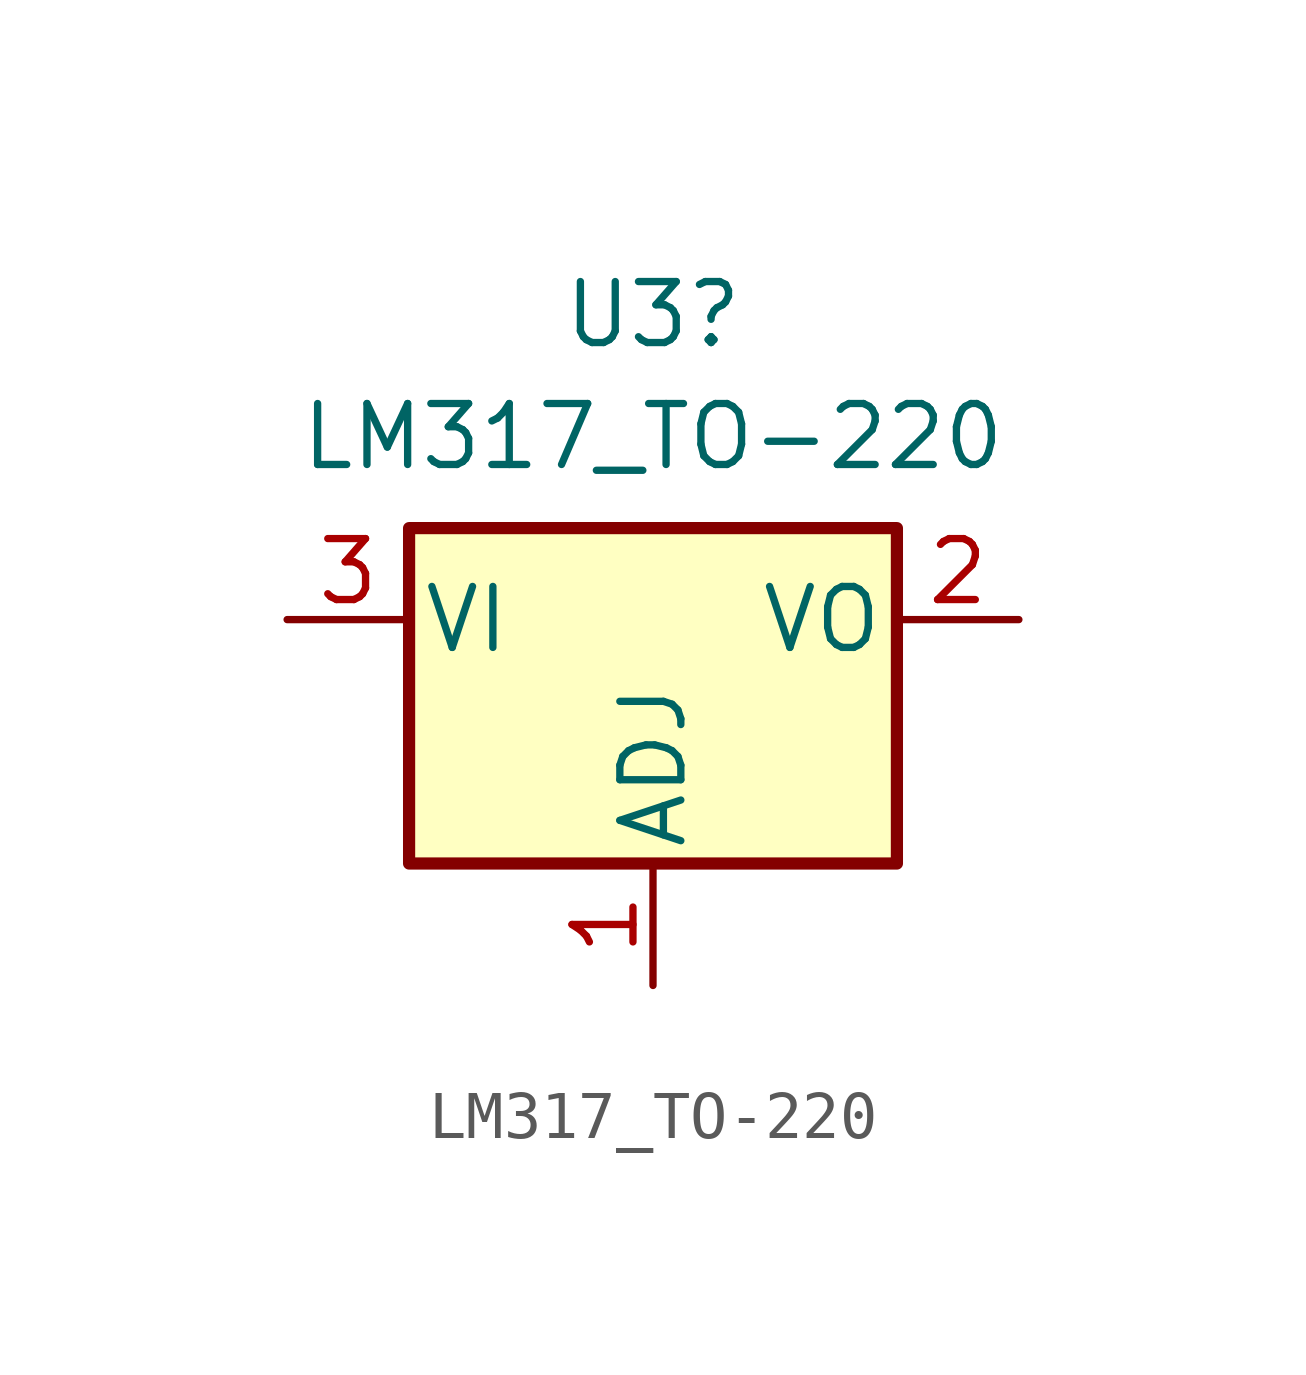
<source format=kicad_sym>
(kicad_symbol_lib
  (version 20231120)
  (generator "kicad_symbol_editor")
  (generator_version "8.0")
  (symbol "LM317_TO-220"
    (pin_names
      (offset 0.254))
    (property "Reference" "U3"
      (at 0 6.35 0)
      (effects (font (size 1.27 1.27))))
    (property "Value" "LM317_TO-220"
      (at 0 3.81 0)
      (effects (font (size 1.27 1.27))))
    (symbol "LM317_TO-220_0_1"
      (rectangle (start -5.08 1.905) (end 5.08 -5.08) (stroke (width 0.254) (type default)) (fill (type background))))
    (symbol "LM317_TO-220_1_1"
      (pin input line (at 0 -7.62 90) (length 2.54) (name "ADJ" (effects (font (size 1.27 1.27)))) (number "1" (effects (font (size 1.27 1.27)))))
      (pin power_out line (at 7.62 0 180) (length 2.54) (name "VO" (effects (font (size 1.27 1.27)))) (number "2" (effects (font (size 1.27 1.27)))))
      (pin power_in line (at -7.62 0 0) (length 2.54) (name "VI" (effects (font (size 1.27 1.27)))) (number "3" (effects (font (size 1.27 1.27))))))))
</source>
